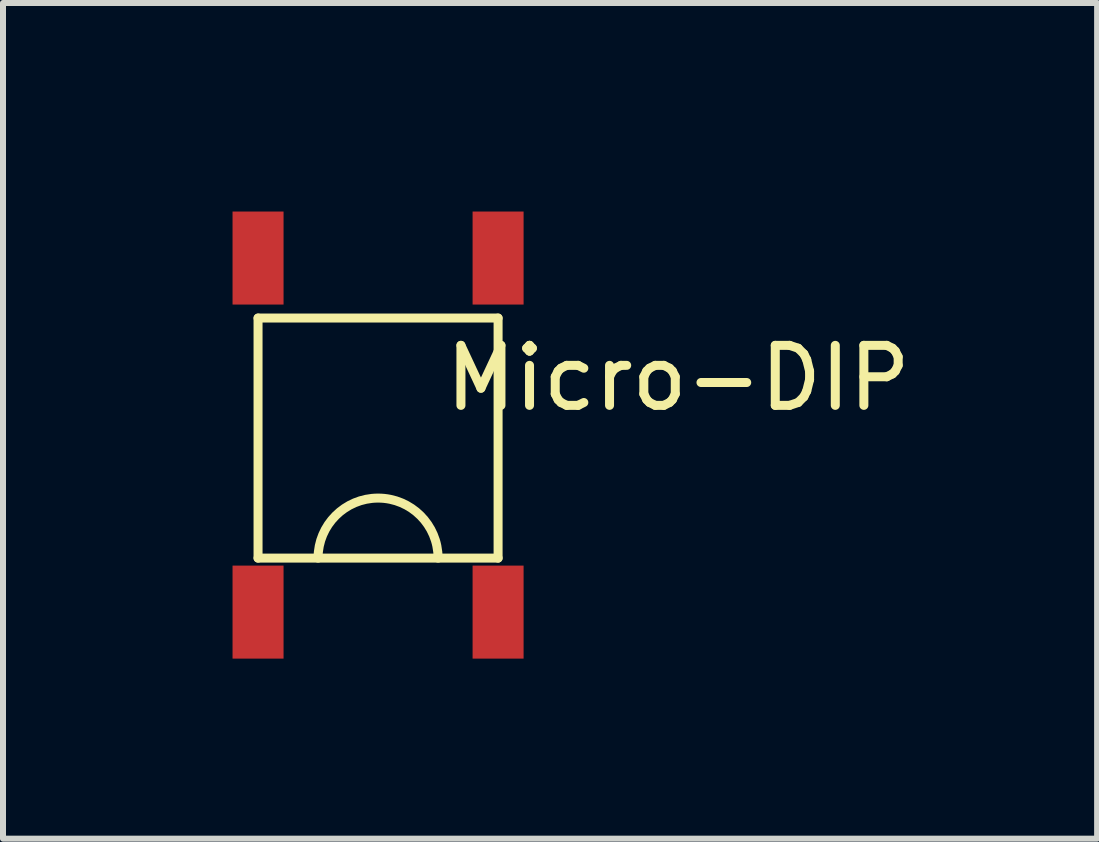
<source format=kicad_pcb>
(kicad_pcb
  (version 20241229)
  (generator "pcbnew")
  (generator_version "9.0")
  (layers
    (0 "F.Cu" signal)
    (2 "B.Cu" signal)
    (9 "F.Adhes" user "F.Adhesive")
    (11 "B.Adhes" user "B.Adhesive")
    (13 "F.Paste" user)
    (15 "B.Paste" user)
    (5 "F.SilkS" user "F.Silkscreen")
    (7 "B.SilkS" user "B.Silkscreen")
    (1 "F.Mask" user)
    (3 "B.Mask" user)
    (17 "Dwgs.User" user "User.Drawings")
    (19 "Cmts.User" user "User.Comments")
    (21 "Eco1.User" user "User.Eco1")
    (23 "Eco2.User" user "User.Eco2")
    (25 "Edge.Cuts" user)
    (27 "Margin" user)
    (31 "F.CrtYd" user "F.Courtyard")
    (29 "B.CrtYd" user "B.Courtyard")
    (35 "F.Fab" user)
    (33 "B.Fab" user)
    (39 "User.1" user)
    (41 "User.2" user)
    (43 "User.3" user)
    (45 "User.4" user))
  (footprint "Micro-DIP"
    (layer "F.Cu")
    (at 0.25 0.25)
    (property "Reference" "Micro-DIP" (at 8 3 0) (layer "F.SilkS") (effects (font (size 1 1) (thickness 0.15))))
    (attr through_hole)
    (fp_line (start 1 2) (end 5 2) (stroke (width 0.15) (type solid)) (layer "F.SilkS"))
    (fp_line (start 1 6) (end 1 2) (stroke (width 0.15) (type solid)) (layer "F.SilkS"))
    (fp_line (start 5 2) (end 5 6) (stroke (width 0.15) (type solid)) (layer "F.SilkS"))
    (fp_line (start 5 6) (end 1 6) (stroke (width 0.15) (type solid)) (layer "F.SilkS"))
    (fp_arc (start 2 6) (mid 3 5) (end 4 6) (stroke (width 0.15) (type solid)) (layer "F.SilkS"))
    (pad "1" smd rect (at 1 6.9) (size 0.85 1.55) (layers "F.Cu" "F.Mask" "F.Paste"))
    (pad "2" smd rect (at 5 6.9) (size 0.85 1.55) (layers "F.Cu" "F.Mask" "F.Paste"))
    (pad "3" smd rect (at 5 1) (size 0.85 1.55) (layers "F.Cu" "F.Mask" "F.Paste"))
    (pad "4" smd rect (at 1 1) (size 0.85 1.55) (layers "F.Cu" "F.Mask" "F.Paste")))
  (gr_rect
    (start -3 -3)
    (end 15.232 10.925)
    (stroke (width 0.1) (type default))
    (fill no)
    (layer "Edge.Cuts")))
</source>
